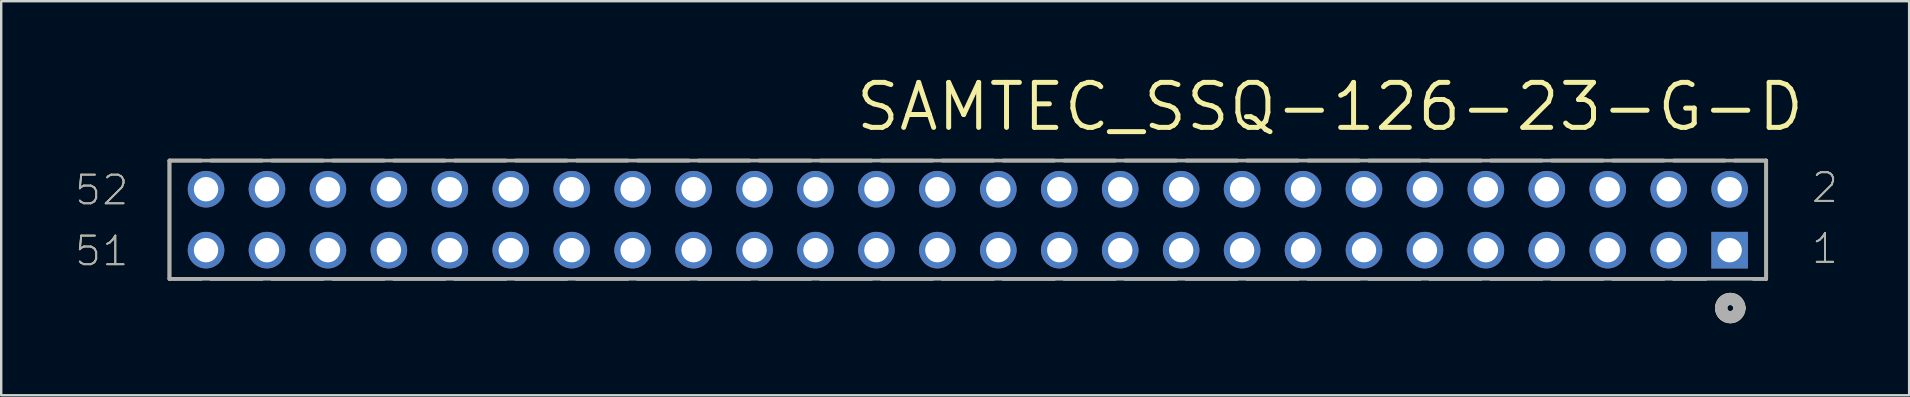
<source format=kicad_pcb>
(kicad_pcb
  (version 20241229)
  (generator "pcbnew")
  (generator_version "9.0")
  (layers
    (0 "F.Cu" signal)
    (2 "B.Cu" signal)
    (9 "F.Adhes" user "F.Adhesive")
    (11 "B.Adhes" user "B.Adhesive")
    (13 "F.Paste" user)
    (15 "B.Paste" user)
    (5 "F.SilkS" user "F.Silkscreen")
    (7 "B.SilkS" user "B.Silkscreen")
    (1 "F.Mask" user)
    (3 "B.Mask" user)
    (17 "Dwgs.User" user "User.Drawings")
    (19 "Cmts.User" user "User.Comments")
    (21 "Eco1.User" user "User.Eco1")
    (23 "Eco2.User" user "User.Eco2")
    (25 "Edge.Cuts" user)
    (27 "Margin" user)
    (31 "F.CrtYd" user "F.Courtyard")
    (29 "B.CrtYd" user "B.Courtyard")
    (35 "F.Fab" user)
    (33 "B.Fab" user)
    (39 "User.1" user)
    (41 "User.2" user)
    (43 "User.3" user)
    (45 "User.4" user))
  (footprint "SAMTEC_SSQ-126-23-G-D"
    (layer "F.Cu")
    (at 5.537 4.836)
    (property "Reference" "SAMTEC_SSQ-126-23-G-D" (at 26.975 -2.337 0) (layer "F.SilkS") (effects (font (size 1.875 1.875) (thickness 0.208)) (justify left bottom)))
    (fp_line (start -1.524 -1.194) (end -1.524 3.734) (stroke (width 0.152) (type solid)) (layer "F.SilkS"))
    (fp_line (start -1.524 3.734) (end -0.203 3.734) (stroke (width 0.152) (type solid)) (layer "F.SilkS"))
    (fp_line (start -0.203 -1.194) (end -1.524 -1.194) (stroke (width 0.152) (type solid)) (layer "F.SilkS"))
    (fp_line (start 0.203 3.734) (end 2.337 3.734) (stroke (width 0.152) (type solid)) (layer "F.SilkS"))
    (fp_line (start 2.337 -1.194) (end 0.203 -1.194) (stroke (width 0.152) (type solid)) (layer "F.SilkS"))
    (fp_line (start 2.743 3.734) (end 4.877 3.734) (stroke (width 0.152) (type solid)) (layer "F.SilkS"))
    (fp_line (start 4.877 -1.194) (end 2.743 -1.194) (stroke (width 0.152) (type solid)) (layer "F.SilkS"))
    (fp_line (start 5.283 3.734) (end 7.417 3.734) (stroke (width 0.152) (type solid)) (layer "F.SilkS"))
    (fp_line (start 7.417 -1.194) (end 5.283 -1.194) (stroke (width 0.152) (type solid)) (layer "F.SilkS"))
    (fp_line (start 7.823 3.734) (end 9.957 3.734) (stroke (width 0.152) (type solid)) (layer "F.SilkS"))
    (fp_line (start 9.957 -1.194) (end 7.823 -1.194) (stroke (width 0.152) (type solid)) (layer "F.SilkS"))
    (fp_line (start 10.363 3.734) (end 12.497 3.734) (stroke (width 0.152) (type solid)) (layer "F.SilkS"))
    (fp_line (start 12.497 -1.194) (end 10.363 -1.194) (stroke (width 0.152) (type solid)) (layer "F.SilkS"))
    (fp_line (start 12.903 3.734) (end 15.037 3.734) (stroke (width 0.152) (type solid)) (layer "F.SilkS"))
    (fp_line (start 15.037 -1.194) (end 12.903 -1.194) (stroke (width 0.152) (type solid)) (layer "F.SilkS"))
    (fp_line (start 15.443 3.734) (end 17.577 3.734) (stroke (width 0.152) (type solid)) (layer "F.SilkS"))
    (fp_line (start 17.577 -1.194) (end 15.443 -1.194) (stroke (width 0.152) (type solid)) (layer "F.SilkS"))
    (fp_line (start 17.983 3.734) (end 20.117 3.734) (stroke (width 0.152) (type solid)) (layer "F.SilkS"))
    (fp_line (start 20.117 -1.194) (end 17.983 -1.194) (stroke (width 0.152) (type solid)) (layer "F.SilkS"))
    (fp_line (start 20.523 3.734) (end 22.657 3.734) (stroke (width 0.152) (type solid)) (layer "F.SilkS"))
    (fp_line (start 22.657 -1.194) (end 20.523 -1.194) (stroke (width 0.152) (type solid)) (layer "F.SilkS"))
    (fp_line (start 23.063 3.734) (end 25.197 3.734) (stroke (width 0.152) (type solid)) (layer "F.SilkS"))
    (fp_line (start 25.197 -1.194) (end 23.063 -1.194) (stroke (width 0.152) (type solid)) (layer "F.SilkS"))
    (fp_line (start 25.603 3.734) (end 27.737 3.734) (stroke (width 0.152) (type solid)) (layer "F.SilkS"))
    (fp_line (start 27.737 -1.194) (end 25.603 -1.194) (stroke (width 0.152) (type solid)) (layer "F.SilkS"))
    (fp_line (start 28.143 3.734) (end 30.277 3.734) (stroke (width 0.152) (type solid)) (layer "F.SilkS"))
    (fp_line (start 30.277 -1.194) (end 28.143 -1.194) (stroke (width 0.152) (type solid)) (layer "F.SilkS"))
    (fp_line (start 30.683 3.734) (end 32.817 3.734) (stroke (width 0.152) (type solid)) (layer "F.SilkS"))
    (fp_line (start 32.817 -1.194) (end 30.683 -1.194) (stroke (width 0.152) (type solid)) (layer "F.SilkS"))
    (fp_line (start 33.223 3.734) (end 35.357 3.734) (stroke (width 0.152) (type solid)) (layer "F.SilkS"))
    (fp_line (start 35.357 -1.194) (end 33.223 -1.194) (stroke (width 0.152) (type solid)) (layer "F.SilkS"))
    (fp_line (start 35.763 3.734) (end 37.897 3.734) (stroke (width 0.152) (type solid)) (layer "F.SilkS"))
    (fp_line (start 37.897 -1.194) (end 35.763 -1.194) (stroke (width 0.152) (type solid)) (layer "F.SilkS"))
    (fp_line (start 38.303 3.734) (end 40.437 3.734) (stroke (width 0.152) (type solid)) (layer "F.SilkS"))
    (fp_line (start 40.437 -1.194) (end 38.303 -1.194) (stroke (width 0.152) (type solid)) (layer "F.SilkS"))
    (fp_line (start 40.843 3.734) (end 42.977 3.734) (stroke (width 0.152) (type solid)) (layer "F.SilkS"))
    (fp_line (start 42.977 -1.194) (end 40.843 -1.194) (stroke (width 0.152) (type solid)) (layer "F.SilkS"))
    (fp_line (start 43.383 3.734) (end 45.517 3.734) (stroke (width 0.152) (type solid)) (layer "F.SilkS"))
    (fp_line (start 45.517 -1.194) (end 43.383 -1.194) (stroke (width 0.152) (type solid)) (layer "F.SilkS"))
    (fp_line (start 45.923 3.734) (end 48.057 3.734) (stroke (width 0.152) (type solid)) (layer "F.SilkS"))
    (fp_line (start 48.057 -1.194) (end 45.923 -1.194) (stroke (width 0.152) (type solid)) (layer "F.SilkS"))
    (fp_line (start 48.463 3.734) (end 50.597 3.734) (stroke (width 0.152) (type solid)) (layer "F.SilkS"))
    (fp_line (start 50.597 -1.194) (end 48.463 -1.194) (stroke (width 0.152) (type solid)) (layer "F.SilkS"))
    (fp_line (start 51.003 3.734) (end 53.137 3.734) (stroke (width 0.152) (type solid)) (layer "F.SilkS"))
    (fp_line (start 53.137 -1.194) (end 51.003 -1.194) (stroke (width 0.152) (type solid)) (layer "F.SilkS"))
    (fp_line (start 53.543 3.734) (end 55.677 3.734) (stroke (width 0.152) (type solid)) (layer "F.SilkS"))
    (fp_line (start 55.677 -1.194) (end 53.543 -1.194) (stroke (width 0.152) (type solid)) (layer "F.SilkS"))
    (fp_line (start 56.083 3.734) (end 58.217 3.734) (stroke (width 0.152) (type solid)) (layer "F.SilkS"))
    (fp_line (start 58.217 -1.194) (end 56.083 -1.194) (stroke (width 0.152) (type solid)) (layer "F.SilkS"))
    (fp_line (start 58.623 3.734) (end 60.757 3.734) (stroke (width 0.152) (type solid)) (layer "F.SilkS"))
    (fp_line (start 60.757 -1.194) (end 58.623 -1.194) (stroke (width 0.152) (type solid)) (layer "F.SilkS"))
    (fp_line (start 61.163 3.734) (end 62.509 3.734) (stroke (width 0.152) (type solid)) (layer "F.SilkS"))
    (fp_line (start 63.297 -1.194) (end 61.163 -1.194) (stroke (width 0.152) (type solid)) (layer "F.SilkS"))
    (fp_line (start 64.491 3.734) (end 65.024 3.734) (stroke (width 0.152) (type solid)) (layer "F.SilkS"))
    (fp_line (start 65.024 -1.194) (end 63.703 -1.194) (stroke (width 0.152) (type solid)) (layer "F.SilkS"))
    (fp_line (start 65.024 3.734) (end 65.024 -1.194) (stroke (width 0.152) (type solid)) (layer "F.SilkS"))
    (fp_arc (start 63.1444 4.953) (mid 63.5254 4.572) (end 63.9064 4.953) (stroke (width 0.508) (type solid)) (layer "F.SilkS"))
    (fp_arc (start 63.9064 4.953) (mid 63.5254 5.334) (end 63.1444 4.953) (stroke (width 0.508) (type solid)) (layer "F.SilkS"))
    (fp_line (start -1.524 -1.194) (end -1.524 3.734) (stroke (width 0.152) (type solid)) (layer "F.Fab"))
    (fp_line (start -1.524 3.734) (end 65.024 3.734) (stroke (width 0.152) (type solid)) (layer "F.Fab"))
    (fp_line (start 65.024 -1.194) (end -1.524 -1.194) (stroke (width 0.152) (type solid)) (layer "F.Fab"))
    (fp_line (start 65.024 3.734) (end 65.024 -1.194) (stroke (width 0.152) (type solid)) (layer "F.Fab"))
    (fp_arc (start 63.1444 4.953) (mid 63.5254 4.572) (end 63.9064 4.953) (stroke (width 0.508) (type solid)) (layer "F.Fab"))
    (fp_arc (start 63.9064 4.953) (mid 63.5254 5.334) (end 63.1444 4.953) (stroke (width 0.508) (type solid)) (layer "F.Fab"))
    (fp_text user "1" (at 66.853 3.175 0) (layer "F.SilkS") (effects (font (size 1.194 1.194) (thickness 0.076)) (justify left bottom)))
    (fp_text user "52" (at -5.537 0.737 0) (layer "F.SilkS") (effects (font (size 1.194 1.194) (thickness 0.076)) (justify left bottom)))
    (fp_text user "2" (at 66.853 0.635 0) (layer "F.SilkS") (effects (font (size 1.194 1.194) (thickness 0.076)) (justify left bottom)))
    (fp_text user "51" (at -5.537 3.277 0) (layer "F.SilkS") (effects (font (size 1.194 1.194) (thickness 0.076)) (justify left bottom)))
    (fp_text user "52" (at -5.537 0.737 0) (layer "F.Fab") (effects (font (size 1.194 1.194) (thickness 0.076)) (justify left bottom)))
    (fp_text user "1" (at 66.853 3.175 0) (layer "F.Fab") (effects (font (size 1.194 1.194) (thickness 0.076)) (justify left bottom)))
    (fp_text user "51" (at -5.537 3.277 0) (layer "F.Fab") (effects (font (size 1.194 1.194) (thickness 0.076)) (justify left bottom)))
    (fp_text user "2" (at 66.853 0.635 0) (layer "F.Fab") (effects (font (size 1.194 1.194) (thickness 0.076)) (justify left bottom)))
    (pad "1" thru_hole rect (at 63.5 2.54) (size 1.524 1.524) (drill 1.016) (layers "*.Cu" "*.Mask"))
    (pad "2" thru_hole circle (at 63.5 0) (size 1.524 1.524) (drill 1.016) (layers "*.Cu" "*.Mask"))
    (pad "3" thru_hole circle (at 60.96 2.54) (size 1.524 1.524) (drill 1.016) (layers "*.Cu" "*.Mask"))
    (pad "4" thru_hole circle (at 60.96 0) (size 1.524 1.524) (drill 1.016) (layers "*.Cu" "*.Mask"))
    (pad "5" thru_hole circle (at 58.42 2.54) (size 1.524 1.524) (drill 1.016) (layers "*.Cu" "*.Mask"))
    (pad "6" thru_hole circle (at 58.42 0) (size 1.524 1.524) (drill 1.016) (layers "*.Cu" "*.Mask"))
    (pad "7" thru_hole circle (at 55.88 2.54) (size 1.524 1.524) (drill 1.016) (layers "*.Cu" "*.Mask"))
    (pad "8" thru_hole circle (at 55.88 0) (size 1.524 1.524) (drill 1.016) (layers "*.Cu" "*.Mask"))
    (pad "9" thru_hole circle (at 53.34 2.54) (size 1.524 1.524) (drill 1.016) (layers "*.Cu" "*.Mask"))
    (pad "10" thru_hole circle (at 53.34 0) (size 1.524 1.524) (drill 1.016) (layers "*.Cu" "*.Mask"))
    (pad "11" thru_hole circle (at 50.8 2.54) (size 1.524 1.524) (drill 1.016) (layers "*.Cu" "*.Mask"))
    (pad "12" thru_hole circle (at 50.8 0) (size 1.524 1.524) (drill 1.016) (layers "*.Cu" "*.Mask"))
    (pad "13" thru_hole circle (at 48.26 2.54) (size 1.524 1.524) (drill 1.016) (layers "*.Cu" "*.Mask"))
    (pad "14" thru_hole circle (at 48.26 0) (size 1.524 1.524) (drill 1.016) (layers "*.Cu" "*.Mask"))
    (pad "15" thru_hole circle (at 45.72 2.54) (size 1.524 1.524) (drill 1.016) (layers "*.Cu" "*.Mask"))
    (pad "16" thru_hole circle (at 45.72 0) (size 1.524 1.524) (drill 1.016) (layers "*.Cu" "*.Mask"))
    (pad "17" thru_hole circle (at 43.18 2.54) (size 1.524 1.524) (drill 1.016) (layers "*.Cu" "*.Mask"))
    (pad "18" thru_hole circle (at 43.18 0) (size 1.524 1.524) (drill 1.016) (layers "*.Cu" "*.Mask"))
    (pad "19" thru_hole circle (at 40.64 2.54) (size 1.524 1.524) (drill 1.016) (layers "*.Cu" "*.Mask"))
    (pad "20" thru_hole circle (at 40.64 0) (size 1.524 1.524) (drill 1.016) (layers "*.Cu" "*.Mask"))
    (pad "21" thru_hole circle (at 38.1 2.54) (size 1.524 1.524) (drill 1.016) (layers "*.Cu" "*.Mask"))
    (pad "22" thru_hole circle (at 38.1 0) (size 1.524 1.524) (drill 1.016) (layers "*.Cu" "*.Mask"))
    (pad "23" thru_hole circle (at 35.56 2.54) (size 1.524 1.524) (drill 1.016) (layers "*.Cu" "*.Mask"))
    (pad "24" thru_hole circle (at 35.56 0) (size 1.524 1.524) (drill 1.016) (layers "*.Cu" "*.Mask"))
    (pad "25" thru_hole circle (at 33.02 2.54) (size 1.524 1.524) (drill 1.016) (layers "*.Cu" "*.Mask"))
    (pad "26" thru_hole circle (at 33.02 0) (size 1.524 1.524) (drill 1.016) (layers "*.Cu" "*.Mask"))
    (pad "27" thru_hole circle (at 30.48 2.54) (size 1.524 1.524) (drill 1.016) (layers "*.Cu" "*.Mask"))
    (pad "28" thru_hole circle (at 30.48 0) (size 1.524 1.524) (drill 1.016) (layers "*.Cu" "*.Mask"))
    (pad "29" thru_hole circle (at 27.94 2.54) (size 1.524 1.524) (drill 1.016) (layers "*.Cu" "*.Mask"))
    (pad "30" thru_hole circle (at 27.94 0) (size 1.524 1.524) (drill 1.016) (layers "*.Cu" "*.Mask"))
    (pad "31" thru_hole circle (at 25.4 2.54) (size 1.524 1.524) (drill 1.016) (layers "*.Cu" "*.Mask"))
    (pad "32" thru_hole circle (at 25.4 0) (size 1.524 1.524) (drill 1.016) (layers "*.Cu" "*.Mask"))
    (pad "33" thru_hole circle (at 22.86 2.54) (size 1.524 1.524) (drill 1.016) (layers "*.Cu" "*.Mask"))
    (pad "34" thru_hole circle (at 22.86 0) (size 1.524 1.524) (drill 1.016) (layers "*.Cu" "*.Mask"))
    (pad "35" thru_hole circle (at 20.32 2.54) (size 1.524 1.524) (drill 1.016) (layers "*.Cu" "*.Mask"))
    (pad "36" thru_hole circle (at 20.32 0) (size 1.524 1.524) (drill 1.016) (layers "*.Cu" "*.Mask"))
    (pad "37" thru_hole circle (at 17.78 2.54) (size 1.524 1.524) (drill 1.016) (layers "*.Cu" "*.Mask"))
    (pad "38" thru_hole circle (at 17.78 0) (size 1.524 1.524) (drill 1.016) (layers "*.Cu" "*.Mask"))
    (pad "39" thru_hole circle (at 15.24 2.54) (size 1.524 1.524) (drill 1.016) (layers "*.Cu" "*.Mask"))
    (pad "40" thru_hole circle (at 15.24 0) (size 1.524 1.524) (drill 1.016) (layers "*.Cu" "*.Mask"))
    (pad "41" thru_hole circle (at 12.7 2.54) (size 1.524 1.524) (drill 1.016) (layers "*.Cu" "*.Mask"))
    (pad "42" thru_hole circle (at 12.7 0) (size 1.524 1.524) (drill 1.016) (layers "*.Cu" "*.Mask"))
    (pad "43" thru_hole circle (at 10.16 2.54) (size 1.524 1.524) (drill 1.016) (layers "*.Cu" "*.Mask"))
    (pad "44" thru_hole circle (at 10.16 0) (size 1.524 1.524) (drill 1.016) (layers "*.Cu" "*.Mask"))
    (pad "45" thru_hole circle (at 7.62 2.54) (size 1.524 1.524) (drill 1.016) (layers "*.Cu" "*.Mask"))
    (pad "46" thru_hole circle (at 7.62 0) (size 1.524 1.524) (drill 1.016) (layers "*.Cu" "*.Mask"))
    (pad "47" thru_hole circle (at 5.08 2.54) (size 1.524 1.524) (drill 1.016) (layers "*.Cu" "*.Mask"))
    (pad "48" thru_hole circle (at 5.08 0) (size 1.524 1.524) (drill 1.016) (layers "*.Cu" "*.Mask"))
    (pad "49" thru_hole circle (at 2.54 2.54) (size 1.524 1.524) (drill 1.016) (layers "*.Cu" "*.Mask"))
    (pad "50" thru_hole circle (at 2.54 0) (size 1.524 1.524) (drill 1.016) (layers "*.Cu" "*.Mask"))
    (pad "51" thru_hole circle (at 0 2.54) (size 1.524 1.524) (drill 1.016) (layers "*.Cu" "*.Mask"))
    (pad "52" thru_hole circle (at 0 0) (size 1.524 1.524) (drill 1.016) (layers "*.Cu" "*.Mask")))
  (gr_rect
    (start -3 -3)
    (end 76.517 13.424)
    (stroke (width 0.1) (type default))
    (fill no)
    (layer "Edge.Cuts")))
</source>
